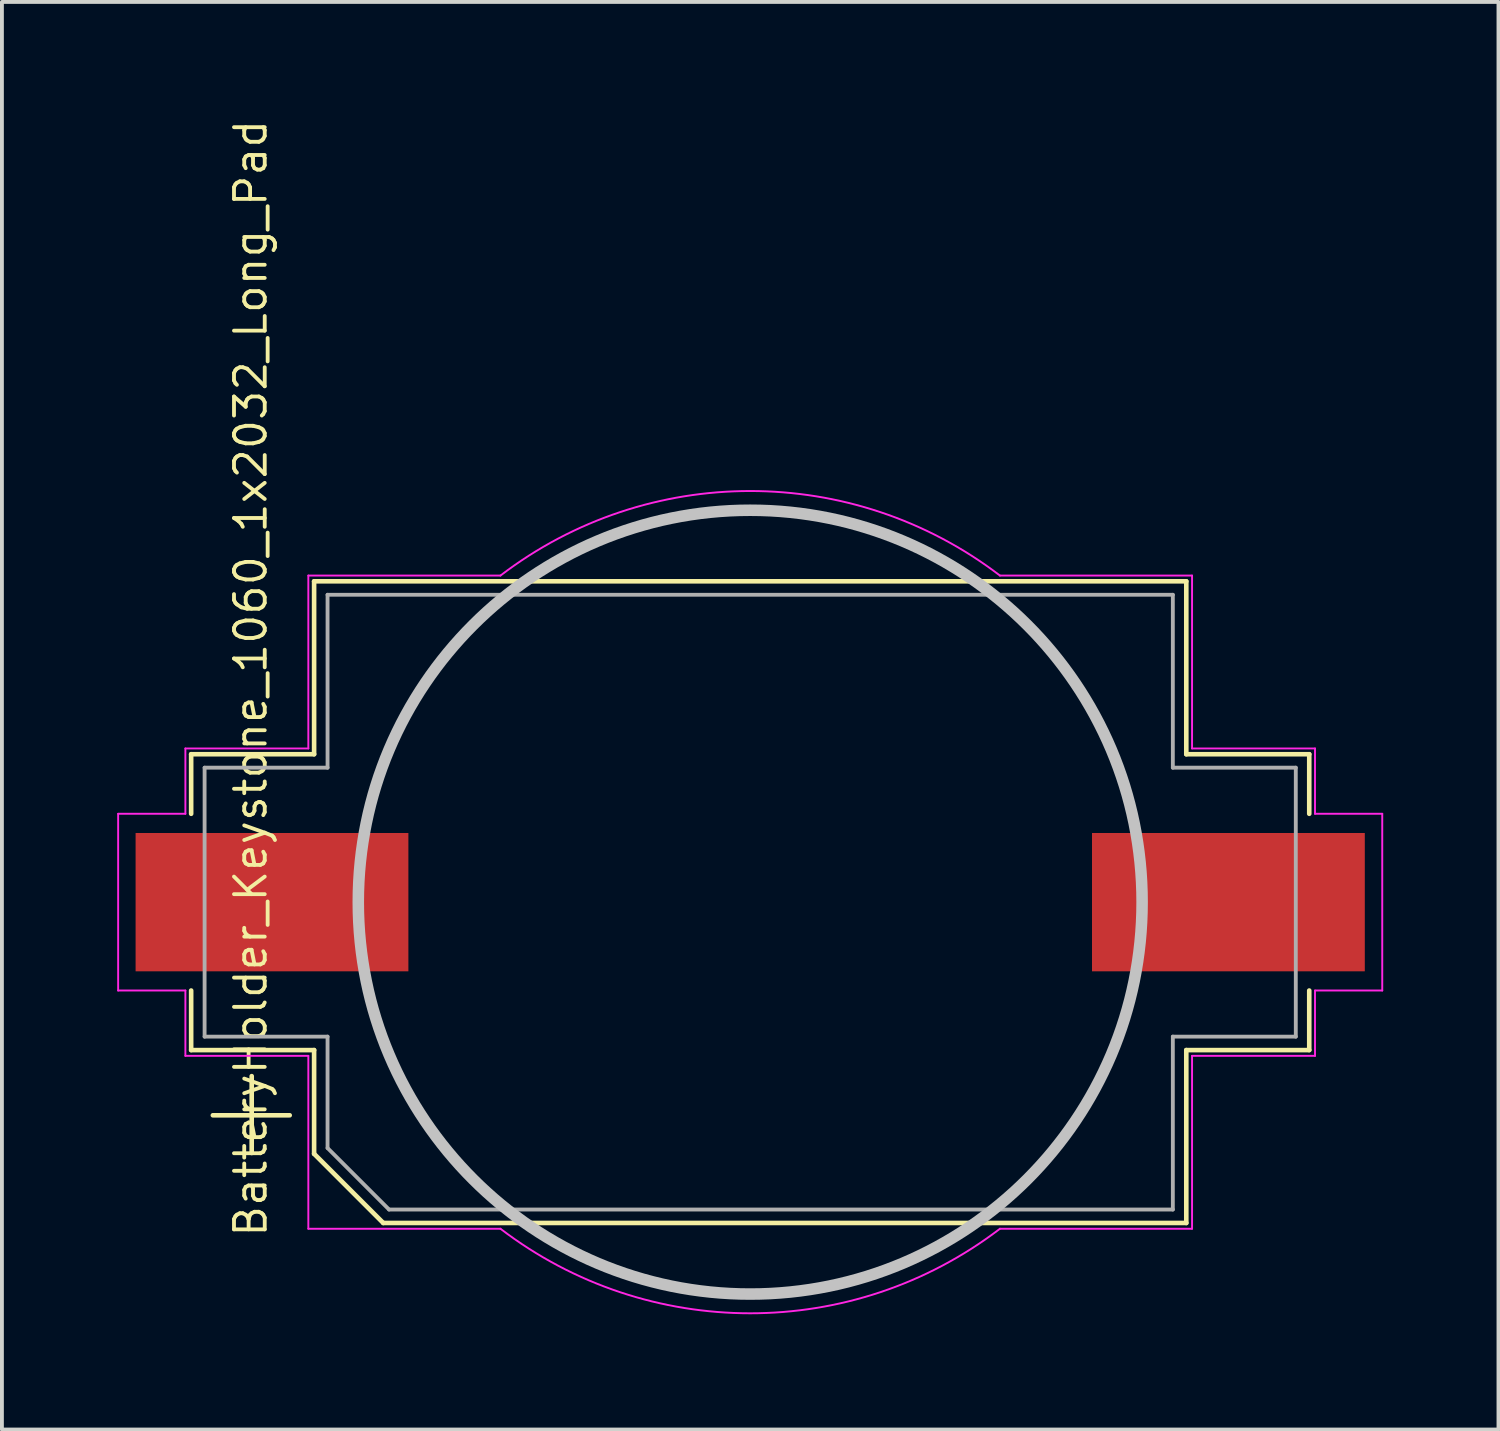
<source format=kicad_pcb>
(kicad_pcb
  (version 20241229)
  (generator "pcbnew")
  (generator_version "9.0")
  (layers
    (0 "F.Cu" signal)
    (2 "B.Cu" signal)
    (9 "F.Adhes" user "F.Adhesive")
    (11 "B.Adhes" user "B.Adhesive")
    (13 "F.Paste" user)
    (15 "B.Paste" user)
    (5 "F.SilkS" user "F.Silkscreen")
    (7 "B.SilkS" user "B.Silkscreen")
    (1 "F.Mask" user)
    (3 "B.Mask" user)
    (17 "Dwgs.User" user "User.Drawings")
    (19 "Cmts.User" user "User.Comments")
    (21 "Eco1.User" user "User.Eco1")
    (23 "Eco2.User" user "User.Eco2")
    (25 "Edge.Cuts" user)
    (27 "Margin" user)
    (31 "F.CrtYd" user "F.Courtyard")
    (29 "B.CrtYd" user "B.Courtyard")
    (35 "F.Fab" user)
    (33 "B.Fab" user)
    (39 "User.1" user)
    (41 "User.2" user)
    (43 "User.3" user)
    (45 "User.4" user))
  (footprint "BatteryHolder_Keystone_1060_1x2032_Long_Pad"
    (layer "F.Cu")
    (at 16.475 20.43)
    (property "Reference" "BatteryHolder_Keystone_1060_1x2032_Long_Pad" (at -13 -5.827 90) (layer "F.SilkS") (effects (font (size 0.8 0.8) (thickness 0.1))))
    (attr smd)
    (fp_line (start -14.55 -3.85) (end -14.55 -2.3) (stroke (width 0.12) (type solid)) (layer "F.SilkS"))
    (fp_line (start -14.55 3.85) (end -14.55 2.3) (stroke (width 0.12) (type solid)) (layer "F.SilkS"))
    (fp_line (start -12.974 4.528) (end -12.974 6.528) (stroke (width 0.12) (type solid)) (layer "F.SilkS"))
    (fp_line (start -11.985 5.547) (end -13.985 5.547) (stroke (width 0.12) (type solid)) (layer "F.SilkS"))
    (fp_line (start -11.35 -8.35) (end -11.35 -3.85) (stroke (width 0.12) (type solid)) (layer "F.SilkS"))
    (fp_line (start -11.35 -8.35) (end 11.35 -8.35) (stroke (width 0.12) (type solid)) (layer "F.SilkS"))
    (fp_line (start -11.35 -3.85) (end -14.55 -3.85) (stroke (width 0.12) (type solid)) (layer "F.SilkS"))
    (fp_line (start -11.35 3.85) (end -14.55 3.85) (stroke (width 0.12) (type solid)) (layer "F.SilkS"))
    (fp_line (start -11.35 6.55) (end -11.35 3.85) (stroke (width 0.12) (type solid)) (layer "F.SilkS"))
    (fp_line (start -9.55 8.35) (end -11.35 6.55) (stroke (width 0.12) (type solid)) (layer "F.SilkS"))
    (fp_line (start 11.35 -8.35) (end 11.35 -3.85) (stroke (width 0.12) (type solid)) (layer "F.SilkS"))
    (fp_line (start 11.35 -3.85) (end 14.55 -3.85) (stroke (width 0.12) (type solid)) (layer "F.SilkS"))
    (fp_line (start 11.35 3.85) (end 14.55 3.85) (stroke (width 0.12) (type solid)) (layer "F.SilkS"))
    (fp_line (start 11.35 8.35) (end -9.55 8.35) (stroke (width 0.12) (type solid)) (layer "F.SilkS"))
    (fp_line (start 11.35 8.35) (end 11.35 3.85) (stroke (width 0.12) (type solid)) (layer "F.SilkS"))
    (fp_line (start 14.55 -3.85) (end 14.55 -2.3) (stroke (width 0.12) (type solid)) (layer "F.SilkS"))
    (fp_line (start 14.55 3.85) (end 14.55 2.3) (stroke (width 0.12) (type solid)) (layer "F.SilkS"))
    (fp_circle (center 0 0) (end -10.2 0) (stroke (width 0.3) (type solid)) (fill no) (layer "Dwgs.User"))
    (fp_line (start -16.45 2.3) (end -16.45 -2.3) (stroke (width 0.05) (type solid)) (layer "F.CrtYd"))
    (fp_line (start -14.7 -4) (end -11.5 -4) (stroke (width 0.05) (type solid)) (layer "F.CrtYd"))
    (fp_line (start -14.7 -2.3) (end -16.45 -2.3) (stroke (width 0.05) (type solid)) (layer "F.CrtYd"))
    (fp_line (start -14.7 -2.3) (end -14.7 -4) (stroke (width 0.05) (type solid)) (layer "F.CrtYd"))
    (fp_line (start -14.7 2.3) (end -16.45 2.3) (stroke (width 0.05) (type solid)) (layer "F.CrtYd"))
    (fp_line (start -14.7 4) (end -14.7 2.3) (stroke (width 0.05) (type solid)) (layer "F.CrtYd"))
    (fp_line (start -14.7 4) (end -11.5 4) (stroke (width 0.05) (type solid)) (layer "F.CrtYd"))
    (fp_line (start -11.5 -8.5) (end -6.5 -8.5) (stroke (width 0.05) (type solid)) (layer "F.CrtYd"))
    (fp_line (start -11.5 -4) (end -11.5 -8.5) (stroke (width 0.05) (type solid)) (layer "F.CrtYd"))
    (fp_line (start -11.5 4) (end -11.5 8.5) (stroke (width 0.05) (type solid)) (layer "F.CrtYd"))
    (fp_line (start -6.5 8.5) (end -11.5 8.5) (stroke (width 0.05) (type solid)) (layer "F.CrtYd"))
    (fp_line (start 11.5 -8.5) (end 6.5 -8.5) (stroke (width 0.05) (type solid)) (layer "F.CrtYd"))
    (fp_line (start 11.5 -8.5) (end 11.5 -4) (stroke (width 0.05) (type solid)) (layer "F.CrtYd"))
    (fp_line (start 11.5 -4) (end 14.7 -4) (stroke (width 0.05) (type solid)) (layer "F.CrtYd"))
    (fp_line (start 11.5 4) (end 11.5 8.5) (stroke (width 0.05) (type solid)) (layer "F.CrtYd"))
    (fp_line (start 11.5 8.5) (end 6.5 8.5) (stroke (width 0.05) (type solid)) (layer "F.CrtYd"))
    (fp_line (start 14.7 -4) (end 14.7 -2.3) (stroke (width 0.05) (type solid)) (layer "F.CrtYd"))
    (fp_line (start 14.7 -2.3) (end 16.45 -2.3) (stroke (width 0.05) (type solid)) (layer "F.CrtYd"))
    (fp_line (start 14.7 2.3) (end 14.7 4) (stroke (width 0.05) (type solid)) (layer "F.CrtYd"))
    (fp_line (start 14.7 4) (end 11.5 4) (stroke (width 0.05) (type solid)) (layer "F.CrtYd"))
    (fp_line (start 16.45 -2.3) (end 16.45 2.3) (stroke (width 0.05) (type solid)) (layer "F.CrtYd"))
    (fp_line (start 16.45 2.3) (end 14.7 2.3) (stroke (width 0.05) (type solid)) (layer "F.CrtYd"))
    (fp_arc (start -6.499999 -8.5) (mid 0 -10.700467) (end 6.5 -8.5) (stroke (width 0.05) (type solid)) (layer "F.CrtYd"))
    (fp_arc (start 6.499999 8.5) (mid 0 10.700467) (end -6.5 8.5) (stroke (width 0.05) (type solid)) (layer "F.CrtYd"))
    (fp_line (start -14.2 -3.5) (end -11 -3.5) (stroke (width 0.1) (type solid)) (layer "F.Fab"))
    (fp_line (start -14.2 3.5) (end -14.2 -3.5) (stroke (width 0.1) (type solid)) (layer "F.Fab"))
    (fp_line (start -11 -8) (end -11 -3.5) (stroke (width 0.1) (type solid)) (layer "F.Fab"))
    (fp_line (start -11 3.5) (end -14.2 3.5) (stroke (width 0.1) (type solid)) (layer "F.Fab"))
    (fp_line (start -11 6.4) (end -11 3.5) (stroke (width 0.1) (type solid)) (layer "F.Fab"))
    (fp_line (start -9.4 8) (end -11 6.4) (stroke (width 0.1) (type solid)) (layer "F.Fab"))
    (fp_line (start 11 -8) (end -11 -8) (stroke (width 0.1) (type solid)) (layer "F.Fab"))
    (fp_line (start 11 -8) (end 11 -3.5) (stroke (width 0.1) (type solid)) (layer "F.Fab"))
    (fp_line (start 11 3.5) (end 14.2 3.5) (stroke (width 0.1) (type solid)) (layer "F.Fab"))
    (fp_line (start 11 8) (end -9.4 8) (stroke (width 0.1) (type solid)) (layer "F.Fab"))
    (fp_line (start 11 8) (end 11 3.5) (stroke (width 0.1) (type solid)) (layer "F.Fab"))
    (fp_line (start 14.2 -3.5) (end 11 -3.5) (stroke (width 0.1) (type solid)) (layer "F.Fab"))
    (fp_line (start 14.2 3.5) (end 14.2 -3.5) (stroke (width 0.1) (type solid)) (layer "F.Fab"))
    (pad "1" smd rect (at -12.446 0 180) (size 7.1 3.6) (layers "F.Cu" "F.Mask" "F.Paste"))
    (pad "2" smd rect (at 12.446 0 180) (size 7.1 3.6) (layers "F.Cu" "F.Mask" "F.Paste")))
  (gr_rect
    (start -3 -3)
    (end 35.95 34.156)
    (stroke (width 0.1) (type default))
    (fill no)
    (layer "Edge.Cuts")))
</source>
